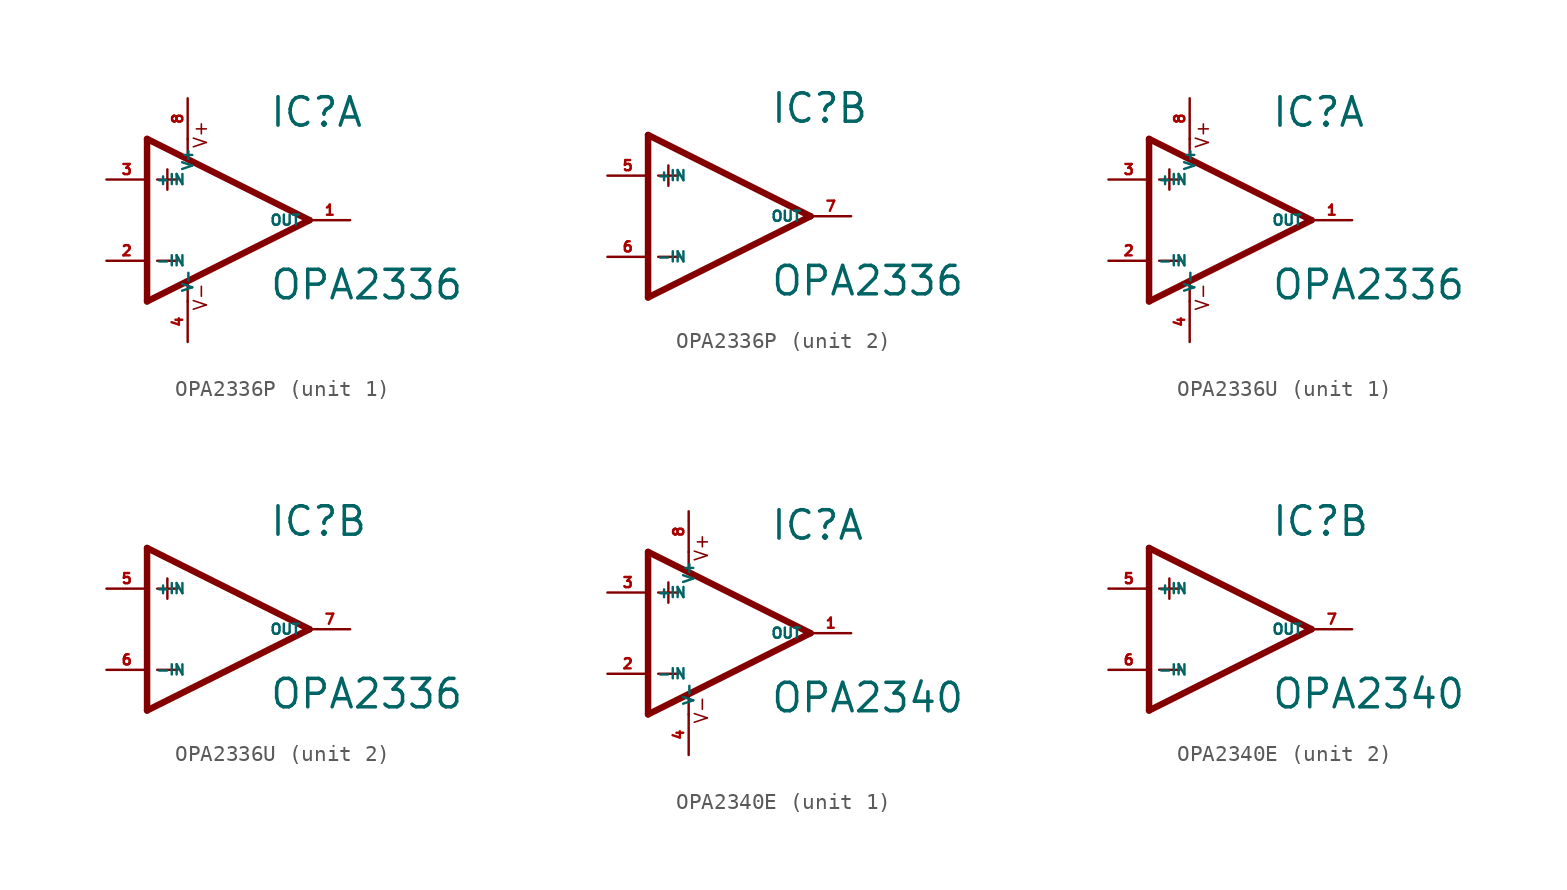
<source format=kicad_sym>
(kicad_symbol_lib
  (version 20220914)
  (generator Eagle2Kicad)
  (symbol "OPA2336P"
    (property "Reference" "IC"
      (at 2.54 5.715 0)
      (effects (font (size 1.778 1.778) (thickness 0.22)) (justify left bottom)))
    (property "Value" "OPA2336"
      (at 2.54 -5.08 0)
      (effects (font (size 1.778 1.778) (thickness 0.22)) (justify left bottom)))
    (symbol "OPA2336P_1_0"
      (polyline (pts (xy -3.81 3.175) (xy -3.81 1.905)) (stroke (width 0.152) (type default)) (fill (type none)))
      (polyline (pts (xy -4.445 2.54) (xy -3.175 2.54)) (stroke (width 0.152) (type default)) (fill (type none)))
      (polyline (pts (xy -4.445 -2.54) (xy -3.175 -2.54)) (stroke (width 0.152) (type default)) (fill (type none)))
      (polyline (pts (xy -2.54 5.08) (xy -2.54 3.886)) (stroke (width 0.152) (type default)) (fill (type none)))
      (polyline (pts (xy -2.54 -3.912) (xy -2.54 -5.08)) (stroke (width 0.152) (type default)) (fill (type none)))
      (polyline (pts (xy 5.08 0) (xy -5.08 5.08)) (stroke (width 0.406) (type default)) (fill (type none)))
      (polyline (pts (xy -5.08 5.08) (xy -5.08 -5.08)) (stroke (width 0.406) (type default)) (fill (type none)))
      (polyline (pts (xy -5.08 -5.08) (xy 5.08 0)) (stroke (width 0.406) (type default)) (fill (type none)))
      (text "V+" (at -1.27 4.445 900) (effects (font (size 0.813 0.813) (thickness 0.10)) (justify left bottom)))
      (text "V-" (at -1.27 -5.715 900) (effects (font (size 0.813 0.813) (thickness 0.10)) (justify left bottom)))
      (pin input line (at -7.62 -2.54 0) (length 2.54) (name "-IN" (effects (font (size 0.635 0.635) (thickness 0.08)) (justify left bottom))) (number "2" (effects (font (size 0.635 0.635) (thickness 0.08)) (justify left bottom))))
      (pin input line (at -7.62 2.54 0) (length 2.54) (name "+IN" (effects (font (size 0.635 0.635) (thickness 0.08)) (justify left bottom))) (number "3" (effects (font (size 0.635 0.635) (thickness 0.08)) (justify left bottom))))
      (pin output line (at 7.62 0 180) (length 2.54) (name "OUT" (effects (font (size 0.635 0.635) (thickness 0.08)) (justify left bottom))) (number "1" (effects (font (size 0.635 0.635) (thickness 0.08)) (justify left bottom))))
      (pin unspecified line (at -2.54 7.62 270) (length 2.54) (name "V+" (effects (font (size 0.635 0.635) (thickness 0.08)) (justify left bottom))) (number "8" (effects (font (size 0.635 0.635) (thickness 0.08)) (justify left bottom))))
      (pin unspecified line (at -2.54 -7.62 90) (length 2.54) (name "V-" (effects (font (size 0.635 0.635) (thickness 0.08)) (justify left bottom))) (number "4" (effects (font (size 0.635 0.635) (thickness 0.08)) (justify left bottom)))))
    (symbol "OPA2336P_2_0"
      (polyline (pts (xy -3.81 3.175) (xy -3.81 1.905)) (stroke (width 0.152) (type default)) (fill (type none)))
      (polyline (pts (xy -4.445 2.54) (xy -3.175 2.54)) (stroke (width 0.152) (type default)) (fill (type none)))
      (polyline (pts (xy -4.445 -2.54) (xy -3.175 -2.54)) (stroke (width 0.152) (type default)) (fill (type none)))
      (polyline (pts (xy 5.08 0) (xy -5.08 5.08)) (stroke (width 0.406) (type default)) (fill (type none)))
      (polyline (pts (xy -5.08 5.08) (xy -5.08 -5.08)) (stroke (width 0.406) (type default)) (fill (type none)))
      (polyline (pts (xy -5.08 -5.08) (xy 5.08 0)) (stroke (width 0.406) (type default)) (fill (type none)))
      (pin input line (at -7.62 -2.54 0) (length 2.54) (name "-IN" (effects (font (size 0.635 0.635) (thickness 0.08)) (justify left bottom))) (number "6" (effects (font (size 0.635 0.635) (thickness 0.08)) (justify left bottom))))
      (pin input line (at -7.62 2.54 0) (length 2.54) (name "+IN" (effects (font (size 0.635 0.635) (thickness 0.08)) (justify left bottom))) (number "5" (effects (font (size 0.635 0.635) (thickness 0.08)) (justify left bottom))))
      (pin output line (at 7.62 0 180) (length 2.54) (name "OUT" (effects (font (size 0.635 0.635) (thickness 0.08)) (justify left bottom))) (number "7" (effects (font (size 0.635 0.635) (thickness 0.08)) (justify left bottom))))))
  (symbol "OPA2336U"
    (property "Reference" "IC"
      (at 2.54 5.715 0)
      (effects (font (size 1.778 1.778) (thickness 0.22)) (justify left bottom)))
    (property "Value" "OPA2336"
      (at 2.54 -5.08 0)
      (effects (font (size 1.778 1.778) (thickness 0.22)) (justify left bottom)))
    (symbol "OPA2336U_1_0"
      (polyline (pts (xy -3.81 3.175) (xy -3.81 1.905)) (stroke (width 0.152) (type default)) (fill (type none)))
      (polyline (pts (xy -4.445 2.54) (xy -3.175 2.54)) (stroke (width 0.152) (type default)) (fill (type none)))
      (polyline (pts (xy -4.445 -2.54) (xy -3.175 -2.54)) (stroke (width 0.152) (type default)) (fill (type none)))
      (polyline (pts (xy -2.54 5.08) (xy -2.54 3.886)) (stroke (width 0.152) (type default)) (fill (type none)))
      (polyline (pts (xy -2.54 -3.912) (xy -2.54 -5.08)) (stroke (width 0.152) (type default)) (fill (type none)))
      (polyline (pts (xy 5.08 0) (xy -5.08 5.08)) (stroke (width 0.406) (type default)) (fill (type none)))
      (polyline (pts (xy -5.08 5.08) (xy -5.08 -5.08)) (stroke (width 0.406) (type default)) (fill (type none)))
      (polyline (pts (xy -5.08 -5.08) (xy 5.08 0)) (stroke (width 0.406) (type default)) (fill (type none)))
      (text "V+" (at -1.27 4.445 900) (effects (font (size 0.813 0.813) (thickness 0.10)) (justify left bottom)))
      (text "V-" (at -1.27 -5.715 900) (effects (font (size 0.813 0.813) (thickness 0.10)) (justify left bottom)))
      (pin input line (at -7.62 -2.54 0) (length 2.54) (name "-IN" (effects (font (size 0.635 0.635) (thickness 0.08)) (justify left bottom))) (number "2" (effects (font (size 0.635 0.635) (thickness 0.08)) (justify left bottom))))
      (pin input line (at -7.62 2.54 0) (length 2.54) (name "+IN" (effects (font (size 0.635 0.635) (thickness 0.08)) (justify left bottom))) (number "3" (effects (font (size 0.635 0.635) (thickness 0.08)) (justify left bottom))))
      (pin output line (at 7.62 0 180) (length 2.54) (name "OUT" (effects (font (size 0.635 0.635) (thickness 0.08)) (justify left bottom))) (number "1" (effects (font (size 0.635 0.635) (thickness 0.08)) (justify left bottom))))
      (pin unspecified line (at -2.54 7.62 270) (length 2.54) (name "V+" (effects (font (size 0.635 0.635) (thickness 0.08)) (justify left bottom))) (number "8" (effects (font (size 0.635 0.635) (thickness 0.08)) (justify left bottom))))
      (pin unspecified line (at -2.54 -7.62 90) (length 2.54) (name "V-" (effects (font (size 0.635 0.635) (thickness 0.08)) (justify left bottom))) (number "4" (effects (font (size 0.635 0.635) (thickness 0.08)) (justify left bottom)))))
    (symbol "OPA2336U_2_0"
      (polyline (pts (xy -3.81 3.175) (xy -3.81 1.905)) (stroke (width 0.152) (type default)) (fill (type none)))
      (polyline (pts (xy -4.445 2.54) (xy -3.175 2.54)) (stroke (width 0.152) (type default)) (fill (type none)))
      (polyline (pts (xy -4.445 -2.54) (xy -3.175 -2.54)) (stroke (width 0.152) (type default)) (fill (type none)))
      (polyline (pts (xy 5.08 0) (xy -5.08 5.08)) (stroke (width 0.406) (type default)) (fill (type none)))
      (polyline (pts (xy -5.08 5.08) (xy -5.08 -5.08)) (stroke (width 0.406) (type default)) (fill (type none)))
      (polyline (pts (xy -5.08 -5.08) (xy 5.08 0)) (stroke (width 0.406) (type default)) (fill (type none)))
      (pin input line (at -7.62 -2.54 0) (length 2.54) (name "-IN" (effects (font (size 0.635 0.635) (thickness 0.08)) (justify left bottom))) (number "6" (effects (font (size 0.635 0.635) (thickness 0.08)) (justify left bottom))))
      (pin input line (at -7.62 2.54 0) (length 2.54) (name "+IN" (effects (font (size 0.635 0.635) (thickness 0.08)) (justify left bottom))) (number "5" (effects (font (size 0.635 0.635) (thickness 0.08)) (justify left bottom))))
      (pin output line (at 7.62 0 180) (length 2.54) (name "OUT" (effects (font (size 0.635 0.635) (thickness 0.08)) (justify left bottom))) (number "7" (effects (font (size 0.635 0.635) (thickness 0.08)) (justify left bottom))))))
  (symbol "OPA2340E"
    (property "Reference" "IC"
      (at 2.54 5.715 0)
      (effects (font (size 1.778 1.778) (thickness 0.22)) (justify left bottom)))
    (property "Value" "OPA2340"
      (at 2.54 -5.08 0)
      (effects (font (size 1.778 1.778) (thickness 0.22)) (justify left bottom)))
    (symbol "OPA2340E_1_0"
      (polyline (pts (xy -3.81 3.175) (xy -3.81 1.905)) (stroke (width 0.152) (type default)) (fill (type none)))
      (polyline (pts (xy -4.445 2.54) (xy -3.175 2.54)) (stroke (width 0.152) (type default)) (fill (type none)))
      (polyline (pts (xy -4.445 -2.54) (xy -3.175 -2.54)) (stroke (width 0.152) (type default)) (fill (type none)))
      (polyline (pts (xy -2.54 5.08) (xy -2.54 3.886)) (stroke (width 0.152) (type default)) (fill (type none)))
      (polyline (pts (xy -2.54 -3.912) (xy -2.54 -5.08)) (stroke (width 0.152) (type default)) (fill (type none)))
      (polyline (pts (xy 5.08 0) (xy -5.08 5.08)) (stroke (width 0.406) (type default)) (fill (type none)))
      (polyline (pts (xy -5.08 5.08) (xy -5.08 -5.08)) (stroke (width 0.406) (type default)) (fill (type none)))
      (polyline (pts (xy -5.08 -5.08) (xy 5.08 0)) (stroke (width 0.406) (type default)) (fill (type none)))
      (text "V+" (at -1.27 4.445 900) (effects (font (size 0.813 0.813) (thickness 0.10)) (justify left bottom)))
      (text "V-" (at -1.27 -5.715 900) (effects (font (size 0.813 0.813) (thickness 0.10)) (justify left bottom)))
      (pin input line (at -7.62 -2.54 0) (length 2.54) (name "-IN" (effects (font (size 0.635 0.635) (thickness 0.08)) (justify left bottom))) (number "2" (effects (font (size 0.635 0.635) (thickness 0.08)) (justify left bottom))))
      (pin input line (at -7.62 2.54 0) (length 2.54) (name "+IN" (effects (font (size 0.635 0.635) (thickness 0.08)) (justify left bottom))) (number "3" (effects (font (size 0.635 0.635) (thickness 0.08)) (justify left bottom))))
      (pin output line (at 7.62 0 180) (length 2.54) (name "OUT" (effects (font (size 0.635 0.635) (thickness 0.08)) (justify left bottom))) (number "1" (effects (font (size 0.635 0.635) (thickness 0.08)) (justify left bottom))))
      (pin unspecified line (at -2.54 7.62 270) (length 2.54) (name "V+" (effects (font (size 0.635 0.635) (thickness 0.08)) (justify left bottom))) (number "8" (effects (font (size 0.635 0.635) (thickness 0.08)) (justify left bottom))))
      (pin unspecified line (at -2.54 -7.62 90) (length 2.54) (name "V-" (effects (font (size 0.635 0.635) (thickness 0.08)) (justify left bottom))) (number "4" (effects (font (size 0.635 0.635) (thickness 0.08)) (justify left bottom)))))
    (symbol "OPA2340E_2_0"
      (polyline (pts (xy -3.81 3.175) (xy -3.81 1.905)) (stroke (width 0.152) (type default)) (fill (type none)))
      (polyline (pts (xy -4.445 2.54) (xy -3.175 2.54)) (stroke (width 0.152) (type default)) (fill (type none)))
      (polyline (pts (xy -4.445 -2.54) (xy -3.175 -2.54)) (stroke (width 0.152) (type default)) (fill (type none)))
      (polyline (pts (xy 5.08 0) (xy -5.08 5.08)) (stroke (width 0.406) (type default)) (fill (type none)))
      (polyline (pts (xy -5.08 5.08) (xy -5.08 -5.08)) (stroke (width 0.406) (type default)) (fill (type none)))
      (polyline (pts (xy -5.08 -5.08) (xy 5.08 0)) (stroke (width 0.406) (type default)) (fill (type none)))
      (pin input line (at -7.62 -2.54 0) (length 2.54) (name "-IN" (effects (font (size 0.635 0.635) (thickness 0.08)) (justify left bottom))) (number "6" (effects (font (size 0.635 0.635) (thickness 0.08)) (justify left bottom))))
      (pin input line (at -7.62 2.54 0) (length 2.54) (name "+IN" (effects (font (size 0.635 0.635) (thickness 0.08)) (justify left bottom))) (number "5" (effects (font (size 0.635 0.635) (thickness 0.08)) (justify left bottom))))
      (pin output line (at 7.62 0 180) (length 2.54) (name "OUT" (effects (font (size 0.635 0.635) (thickness 0.08)) (justify left bottom))) (number "7" (effects (font (size 0.635 0.635) (thickness 0.08)) (justify left bottom)))))))
</source>
